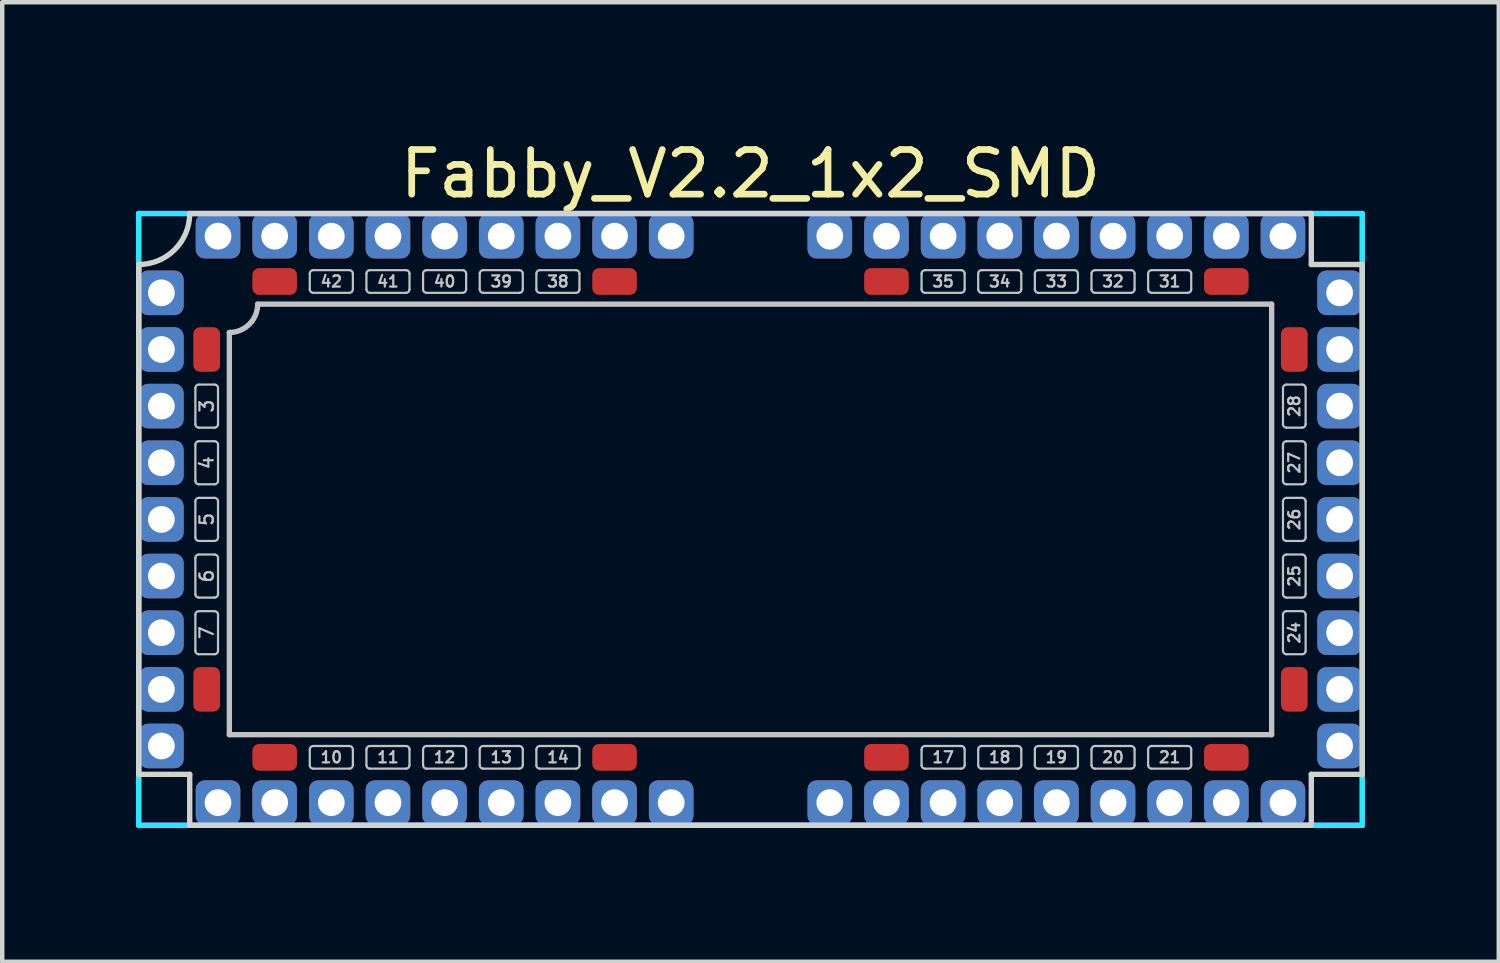
<source format=kicad_pcb>
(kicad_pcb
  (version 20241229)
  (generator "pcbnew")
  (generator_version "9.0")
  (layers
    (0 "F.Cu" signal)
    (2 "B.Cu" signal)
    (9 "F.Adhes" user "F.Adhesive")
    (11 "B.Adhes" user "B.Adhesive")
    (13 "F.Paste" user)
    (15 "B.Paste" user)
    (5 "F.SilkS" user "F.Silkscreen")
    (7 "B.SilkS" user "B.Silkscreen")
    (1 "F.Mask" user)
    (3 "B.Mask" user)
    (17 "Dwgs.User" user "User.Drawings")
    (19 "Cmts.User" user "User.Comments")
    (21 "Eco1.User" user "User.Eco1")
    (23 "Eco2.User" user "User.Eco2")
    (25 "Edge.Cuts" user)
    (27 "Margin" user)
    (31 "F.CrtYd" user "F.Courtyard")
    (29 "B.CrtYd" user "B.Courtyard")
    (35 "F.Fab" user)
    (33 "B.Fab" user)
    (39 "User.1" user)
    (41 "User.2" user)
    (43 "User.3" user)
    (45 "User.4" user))
  (footprint "Fabby_V2.2_1x2_SMD"
    (layer "F.Cu")
    (at 13.776 8.595)
    (property "Reference" "Fabby_V2.2_1x2_SMD" (at 0 -7.747 0) (layer "F.SilkS") (effects (font (size 1 1) (thickness 0.15))))
    (attr through_hole)
    (fp_line (start -12.446 -2.134) (end -12.446 -2.946) (stroke (width 0.05) (type solid)) (layer "Dwgs.User"))
    (fp_line (start -12.446 -0.864) (end -12.446 -1.676) (stroke (width 0.05) (type solid)) (layer "Dwgs.User"))
    (fp_line (start -12.446 0.406) (end -12.446 -0.406) (stroke (width 0.05) (type solid)) (layer "Dwgs.User"))
    (fp_line (start -12.446 1.676) (end -12.446 0.864) (stroke (width 0.05) (type solid)) (layer "Dwgs.User"))
    (fp_line (start -12.446 2.946) (end -12.446 2.134) (stroke (width 0.05) (type solid)) (layer "Dwgs.User"))
    (fp_line (start -12.37 -3.023) (end -12.014 -3.023) (stroke (width 0.05) (type solid)) (layer "Dwgs.User"))
    (fp_line (start -12.37 -2.057) (end -12.014 -2.057) (stroke (width 0.05) (type solid)) (layer "Dwgs.User"))
    (fp_line (start -12.37 -1.753) (end -12.014 -1.753) (stroke (width 0.05) (type solid)) (layer "Dwgs.User"))
    (fp_line (start -12.37 -0.787) (end -12.014 -0.787) (stroke (width 0.05) (type solid)) (layer "Dwgs.User"))
    (fp_line (start -12.37 -0.483) (end -12.014 -0.483) (stroke (width 0.05) (type solid)) (layer "Dwgs.User"))
    (fp_line (start -12.37 0.483) (end -12.014 0.483) (stroke (width 0.05) (type solid)) (layer "Dwgs.User"))
    (fp_line (start -12.37 0.787) (end -12.014 0.787) (stroke (width 0.05) (type solid)) (layer "Dwgs.User"))
    (fp_line (start -12.37 1.753) (end -12.014 1.753) (stroke (width 0.05) (type solid)) (layer "Dwgs.User"))
    (fp_line (start -12.37 2.057) (end -12.014 2.057) (stroke (width 0.05) (type solid)) (layer "Dwgs.User"))
    (fp_line (start -12.37 3.023) (end -12.014 3.023) (stroke (width 0.05) (type solid)) (layer "Dwgs.User"))
    (fp_line (start -11.938 -2.134) (end -11.938 -2.946) (stroke (width 0.05) (type solid)) (layer "Dwgs.User"))
    (fp_line (start -11.938 -0.864) (end -11.938 -1.676) (stroke (width 0.05) (type solid)) (layer "Dwgs.User"))
    (fp_line (start -11.938 0.406) (end -11.938 -0.406) (stroke (width 0.05) (type solid)) (layer "Dwgs.User"))
    (fp_line (start -11.938 1.676) (end -11.938 0.864) (stroke (width 0.05) (type solid)) (layer "Dwgs.User"))
    (fp_line (start -11.938 2.946) (end -11.938 2.134) (stroke (width 0.05) (type solid)) (layer "Dwgs.User"))
    (fp_line (start -11.684 4.826) (end -11.684 -4.191) (stroke (width 0.12) (type solid)) (layer "Dwgs.User"))
    (fp_line (start -11.049 -4.826) (end 11.684 -4.826) (stroke (width 0.12) (type solid)) (layer "Dwgs.User"))
    (fp_line (start -9.881 -5.156) (end -9.881 -5.512) (stroke (width 0.05) (type solid)) (layer "Dwgs.User"))
    (fp_line (start -9.881 5.512) (end -9.881 5.156) (stroke (width 0.05) (type solid)) (layer "Dwgs.User"))
    (fp_line (start -8.992 -5.588) (end -9.804 -5.588) (stroke (width 0.05) (type solid)) (layer "Dwgs.User"))
    (fp_line (start -8.992 -5.08) (end -9.804 -5.08) (stroke (width 0.05) (type solid)) (layer "Dwgs.User"))
    (fp_line (start -8.992 5.08) (end -9.804 5.08) (stroke (width 0.05) (type solid)) (layer "Dwgs.User"))
    (fp_line (start -8.992 5.588) (end -9.804 5.588) (stroke (width 0.05) (type solid)) (layer "Dwgs.User"))
    (fp_line (start -8.915 -5.156) (end -8.915 -5.512) (stroke (width 0.05) (type solid)) (layer "Dwgs.User"))
    (fp_line (start -8.915 5.512) (end -8.915 5.156) (stroke (width 0.05) (type solid)) (layer "Dwgs.User"))
    (fp_line (start -8.611 -5.156) (end -8.611 -5.512) (stroke (width 0.05) (type solid)) (layer "Dwgs.User"))
    (fp_line (start -8.611 5.512) (end -8.611 5.156) (stroke (width 0.05) (type solid)) (layer "Dwgs.User"))
    (fp_line (start -7.722 -5.588) (end -8.534 -5.588) (stroke (width 0.05) (type solid)) (layer "Dwgs.User"))
    (fp_line (start -7.722 -5.08) (end -8.534 -5.08) (stroke (width 0.05) (type solid)) (layer "Dwgs.User"))
    (fp_line (start -7.722 5.08) (end -8.534 5.08) (stroke (width 0.05) (type solid)) (layer "Dwgs.User"))
    (fp_line (start -7.722 5.588) (end -8.534 5.588) (stroke (width 0.05) (type solid)) (layer "Dwgs.User"))
    (fp_line (start -7.645 -5.156) (end -7.645 -5.512) (stroke (width 0.05) (type solid)) (layer "Dwgs.User"))
    (fp_line (start -7.645 5.512) (end -7.645 5.156) (stroke (width 0.05) (type solid)) (layer "Dwgs.User"))
    (fp_line (start -7.341 -5.156) (end -7.341 -5.512) (stroke (width 0.05) (type solid)) (layer "Dwgs.User"))
    (fp_line (start -7.341 5.512) (end -7.341 5.156) (stroke (width 0.05) (type solid)) (layer "Dwgs.User"))
    (fp_line (start -6.452 -5.588) (end -7.264 -5.588) (stroke (width 0.05) (type solid)) (layer "Dwgs.User"))
    (fp_line (start -6.452 -5.08) (end -7.264 -5.08) (stroke (width 0.05) (type solid)) (layer "Dwgs.User"))
    (fp_line (start -6.452 5.08) (end -7.264 5.08) (stroke (width 0.05) (type solid)) (layer "Dwgs.User"))
    (fp_line (start -6.452 5.588) (end -7.264 5.588) (stroke (width 0.05) (type solid)) (layer "Dwgs.User"))
    (fp_line (start -6.375 -5.156) (end -6.375 -5.512) (stroke (width 0.05) (type solid)) (layer "Dwgs.User"))
    (fp_line (start -6.375 5.512) (end -6.375 5.156) (stroke (width 0.05) (type solid)) (layer "Dwgs.User"))
    (fp_line (start -6.071 -5.156) (end -6.071 -5.512) (stroke (width 0.05) (type solid)) (layer "Dwgs.User"))
    (fp_line (start -6.071 5.512) (end -6.071 5.156) (stroke (width 0.05) (type solid)) (layer "Dwgs.User"))
    (fp_line (start -5.182 -5.588) (end -5.994 -5.588) (stroke (width 0.05) (type solid)) (layer "Dwgs.User"))
    (fp_line (start -5.182 -5.08) (end -5.994 -5.08) (stroke (width 0.05) (type solid)) (layer "Dwgs.User"))
    (fp_line (start -5.182 5.08) (end -5.994 5.08) (stroke (width 0.05) (type solid)) (layer "Dwgs.User"))
    (fp_line (start -5.182 5.588) (end -5.994 5.588) (stroke (width 0.05) (type solid)) (layer "Dwgs.User"))
    (fp_line (start -5.105 -5.156) (end -5.105 -5.512) (stroke (width 0.05) (type solid)) (layer "Dwgs.User"))
    (fp_line (start -5.105 5.512) (end -5.105 5.156) (stroke (width 0.05) (type solid)) (layer "Dwgs.User"))
    (fp_line (start -4.801 -5.156) (end -4.801 -5.512) (stroke (width 0.05) (type solid)) (layer "Dwgs.User"))
    (fp_line (start -4.801 5.512) (end -4.801 5.156) (stroke (width 0.05) (type solid)) (layer "Dwgs.User"))
    (fp_line (start -3.912 -5.588) (end -4.724 -5.588) (stroke (width 0.05) (type solid)) (layer "Dwgs.User"))
    (fp_line (start -3.912 -5.08) (end -4.724 -5.08) (stroke (width 0.05) (type solid)) (layer "Dwgs.User"))
    (fp_line (start -3.912 5.08) (end -4.724 5.08) (stroke (width 0.05) (type solid)) (layer "Dwgs.User"))
    (fp_line (start -3.912 5.588) (end -4.724 5.588) (stroke (width 0.05) (type solid)) (layer "Dwgs.User"))
    (fp_line (start -3.835 -5.156) (end -3.835 -5.512) (stroke (width 0.05) (type solid)) (layer "Dwgs.User"))
    (fp_line (start -3.835 5.512) (end -3.835 5.156) (stroke (width 0.05) (type solid)) (layer "Dwgs.User"))
    (fp_line (start 3.835 -5.156) (end 3.835 -5.512) (stroke (width 0.05) (type solid)) (layer "Dwgs.User"))
    (fp_line (start 3.835 5.512) (end 3.835 5.156) (stroke (width 0.05) (type solid)) (layer "Dwgs.User"))
    (fp_line (start 4.724 -5.588) (end 3.912 -5.588) (stroke (width 0.05) (type solid)) (layer "Dwgs.User"))
    (fp_line (start 4.724 -5.08) (end 3.912 -5.08) (stroke (width 0.05) (type solid)) (layer "Dwgs.User"))
    (fp_line (start 4.724 5.08) (end 3.912 5.08) (stroke (width 0.05) (type solid)) (layer "Dwgs.User"))
    (fp_line (start 4.724 5.588) (end 3.912 5.588) (stroke (width 0.05) (type solid)) (layer "Dwgs.User"))
    (fp_line (start 4.801 -5.156) (end 4.801 -5.512) (stroke (width 0.05) (type solid)) (layer "Dwgs.User"))
    (fp_line (start 4.801 5.512) (end 4.801 5.156) (stroke (width 0.05) (type solid)) (layer "Dwgs.User"))
    (fp_line (start 5.105 -5.156) (end 5.105 -5.512) (stroke (width 0.05) (type solid)) (layer "Dwgs.User"))
    (fp_line (start 5.105 5.512) (end 5.105 5.156) (stroke (width 0.05) (type solid)) (layer "Dwgs.User"))
    (fp_line (start 5.994 -5.588) (end 5.182 -5.588) (stroke (width 0.05) (type solid)) (layer "Dwgs.User"))
    (fp_line (start 5.994 -5.08) (end 5.182 -5.08) (stroke (width 0.05) (type solid)) (layer "Dwgs.User"))
    (fp_line (start 5.994 5.08) (end 5.182 5.08) (stroke (width 0.05) (type solid)) (layer "Dwgs.User"))
    (fp_line (start 5.994 5.588) (end 5.182 5.588) (stroke (width 0.05) (type solid)) (layer "Dwgs.User"))
    (fp_line (start 6.071 -5.156) (end 6.071 -5.512) (stroke (width 0.05) (type solid)) (layer "Dwgs.User"))
    (fp_line (start 6.071 5.512) (end 6.071 5.156) (stroke (width 0.05) (type solid)) (layer "Dwgs.User"))
    (fp_line (start 6.375 -5.156) (end 6.375 -5.512) (stroke (width 0.05) (type solid)) (layer "Dwgs.User"))
    (fp_line (start 6.375 5.512) (end 6.375 5.156) (stroke (width 0.05) (type solid)) (layer "Dwgs.User"))
    (fp_line (start 7.264 -5.588) (end 6.452 -5.588) (stroke (width 0.05) (type solid)) (layer "Dwgs.User"))
    (fp_line (start 7.264 -5.08) (end 6.452 -5.08) (stroke (width 0.05) (type solid)) (layer "Dwgs.User"))
    (fp_line (start 7.264 5.08) (end 6.452 5.08) (stroke (width 0.05) (type solid)) (layer "Dwgs.User"))
    (fp_line (start 7.264 5.588) (end 6.452 5.588) (stroke (width 0.05) (type solid)) (layer "Dwgs.User"))
    (fp_line (start 7.341 -5.156) (end 7.341 -5.512) (stroke (width 0.05) (type solid)) (layer "Dwgs.User"))
    (fp_line (start 7.341 5.512) (end 7.341 5.156) (stroke (width 0.05) (type solid)) (layer "Dwgs.User"))
    (fp_line (start 7.645 -5.156) (end 7.645 -5.512) (stroke (width 0.05) (type solid)) (layer "Dwgs.User"))
    (fp_line (start 7.645 5.512) (end 7.645 5.156) (stroke (width 0.05) (type solid)) (layer "Dwgs.User"))
    (fp_line (start 8.534 -5.588) (end 7.722 -5.588) (stroke (width 0.05) (type solid)) (layer "Dwgs.User"))
    (fp_line (start 8.534 -5.08) (end 7.722 -5.08) (stroke (width 0.05) (type solid)) (layer "Dwgs.User"))
    (fp_line (start 8.534 5.08) (end 7.722 5.08) (stroke (width 0.05) (type solid)) (layer "Dwgs.User"))
    (fp_line (start 8.534 5.588) (end 7.722 5.588) (stroke (width 0.05) (type solid)) (layer "Dwgs.User"))
    (fp_line (start 8.611 -5.156) (end 8.611 -5.512) (stroke (width 0.05) (type solid)) (layer "Dwgs.User"))
    (fp_line (start 8.611 5.512) (end 8.611 5.156) (stroke (width 0.05) (type solid)) (layer "Dwgs.User"))
    (fp_line (start 8.915 -5.156) (end 8.915 -5.512) (stroke (width 0.05) (type solid)) (layer "Dwgs.User"))
    (fp_line (start 8.915 5.512) (end 8.915 5.156) (stroke (width 0.05) (type solid)) (layer "Dwgs.User"))
    (fp_line (start 9.804 -5.588) (end 8.992 -5.588) (stroke (width 0.05) (type solid)) (layer "Dwgs.User"))
    (fp_line (start 9.804 -5.08) (end 8.992 -5.08) (stroke (width 0.05) (type solid)) (layer "Dwgs.User"))
    (fp_line (start 9.804 5.08) (end 8.992 5.08) (stroke (width 0.05) (type solid)) (layer "Dwgs.User"))
    (fp_line (start 9.804 5.588) (end 8.992 5.588) (stroke (width 0.05) (type solid)) (layer "Dwgs.User"))
    (fp_line (start 9.881 -5.156) (end 9.881 -5.512) (stroke (width 0.05) (type solid)) (layer "Dwgs.User"))
    (fp_line (start 9.881 5.512) (end 9.881 5.156) (stroke (width 0.05) (type solid)) (layer "Dwgs.User"))
    (fp_line (start 11.684 -4.826) (end 11.684 4.826) (stroke (width 0.12) (type solid)) (layer "Dwgs.User"))
    (fp_line (start 11.684 4.826) (end -11.684 4.826) (stroke (width 0.12) (type solid)) (layer "Dwgs.User"))
    (fp_line (start 11.938 -2.134) (end 11.938 -2.946) (stroke (width 0.05) (type solid)) (layer "Dwgs.User"))
    (fp_line (start 11.938 -0.864) (end 11.938 -1.676) (stroke (width 0.05) (type solid)) (layer "Dwgs.User"))
    (fp_line (start 11.938 0.406) (end 11.938 -0.406) (stroke (width 0.05) (type solid)) (layer "Dwgs.User"))
    (fp_line (start 11.938 1.676) (end 11.938 0.864) (stroke (width 0.05) (type solid)) (layer "Dwgs.User"))
    (fp_line (start 11.938 2.946) (end 11.938 2.134) (stroke (width 0.05) (type solid)) (layer "Dwgs.User"))
    (fp_line (start 12.014 -3.023) (end 12.37 -3.023) (stroke (width 0.05) (type solid)) (layer "Dwgs.User"))
    (fp_line (start 12.014 -2.057) (end 12.37 -2.057) (stroke (width 0.05) (type solid)) (layer "Dwgs.User"))
    (fp_line (start 12.014 -1.753) (end 12.37 -1.753) (stroke (width 0.05) (type solid)) (layer "Dwgs.User"))
    (fp_line (start 12.014 -0.787) (end 12.37 -0.787) (stroke (width 0.05) (type solid)) (layer "Dwgs.User"))
    (fp_line (start 12.014 -0.483) (end 12.37 -0.483) (stroke (width 0.05) (type solid)) (layer "Dwgs.User"))
    (fp_line (start 12.014 0.483) (end 12.37 0.483) (stroke (width 0.05) (type solid)) (layer "Dwgs.User"))
    (fp_line (start 12.014 0.787) (end 12.37 0.787) (stroke (width 0.05) (type solid)) (layer "Dwgs.User"))
    (fp_line (start 12.014 1.753) (end 12.37 1.753) (stroke (width 0.05) (type solid)) (layer "Dwgs.User"))
    (fp_line (start 12.014 2.057) (end 12.37 2.057) (stroke (width 0.05) (type solid)) (layer "Dwgs.User"))
    (fp_line (start 12.014 3.023) (end 12.37 3.023) (stroke (width 0.05) (type solid)) (layer "Dwgs.User"))
    (fp_line (start 12.446 -2.134) (end 12.446 -2.946) (stroke (width 0.05) (type solid)) (layer "Dwgs.User"))
    (fp_line (start 12.446 -0.864) (end 12.446 -1.676) (stroke (width 0.05) (type solid)) (layer "Dwgs.User"))
    (fp_line (start 12.446 0.406) (end 12.446 -0.406) (stroke (width 0.05) (type solid)) (layer "Dwgs.User"))
    (fp_line (start 12.446 1.676) (end 12.446 0.864) (stroke (width 0.05) (type solid)) (layer "Dwgs.User"))
    (fp_line (start 12.446 2.946) (end 12.446 2.134) (stroke (width 0.05) (type solid)) (layer "Dwgs.User"))
    (fp_arc (start -12.446 -2.9464) (mid -12.423682 -3.000282) (end -12.3698 -3.0226) (stroke (width 0.05) (type solid)) (layer "Dwgs.User"))
    (fp_arc (start -12.446 -1.6764) (mid -12.423682 -1.730282) (end -12.3698 -1.7526) (stroke (width 0.05) (type solid)) (layer "Dwgs.User"))
    (fp_arc (start -12.446 -0.4064) (mid -12.423682 -0.460282) (end -12.3698 -0.4826) (stroke (width 0.05) (type solid)) (layer "Dwgs.User"))
    (fp_arc (start -12.446 0.8636) (mid -12.423682 0.809718) (end -12.3698 0.7874) (stroke (width 0.05) (type solid)) (layer "Dwgs.User"))
    (fp_arc (start -12.446 2.1336) (mid -12.423682 2.079718) (end -12.3698 2.0574) (stroke (width 0.05) (type solid)) (layer "Dwgs.User"))
    (fp_arc (start -12.3698 -2.0574) (mid -12.423682 -2.079718) (end -12.446 -2.1336) (stroke (width 0.05) (type solid)) (layer "Dwgs.User"))
    (fp_arc (start -12.3698 -0.7874) (mid -12.423682 -0.809718) (end -12.446 -0.8636) (stroke (width 0.05) (type solid)) (layer "Dwgs.User"))
    (fp_arc (start -12.3698 0.4826) (mid -12.423682 0.460282) (end -12.446 0.4064) (stroke (width 0.05) (type solid)) (layer "Dwgs.User"))
    (fp_arc (start -12.3698 1.7526) (mid -12.423682 1.730282) (end -12.446 1.6764) (stroke (width 0.05) (type solid)) (layer "Dwgs.User"))
    (fp_arc (start -12.3698 3.0226) (mid -12.423682 3.000282) (end -12.446 2.9464) (stroke (width 0.05) (type solid)) (layer "Dwgs.User"))
    (fp_arc (start -12.0142 -3.0226) (mid -11.960318 -3.000282) (end -11.938 -2.9464) (stroke (width 0.05) (type solid)) (layer "Dwgs.User"))
    (fp_arc (start -12.0142 -1.7526) (mid -11.960318 -1.730282) (end -11.938 -1.6764) (stroke (width 0.05) (type solid)) (layer "Dwgs.User"))
    (fp_arc (start -12.0142 -0.4826) (mid -11.960318 -0.460282) (end -11.938 -0.4064) (stroke (width 0.05) (type solid)) (layer "Dwgs.User"))
    (fp_arc (start -12.0142 0.7874) (mid -11.960318 0.809718) (end -11.938 0.8636) (stroke (width 0.05) (type solid)) (layer "Dwgs.User"))
    (fp_arc (start -12.0142 2.0574) (mid -11.960318 2.079718) (end -11.938 2.1336) (stroke (width 0.05) (type solid)) (layer "Dwgs.User"))
    (fp_arc (start -11.938 -2.1336) (mid -11.960318 -2.079718) (end -12.0142 -2.0574) (stroke (width 0.05) (type solid)) (layer "Dwgs.User"))
    (fp_arc (start -11.938 -0.8636) (mid -11.960318 -0.809718) (end -12.0142 -0.7874) (stroke (width 0.05) (type solid)) (layer "Dwgs.User"))
    (fp_arc (start -11.938 0.4064) (mid -11.960318 0.460282) (end -12.0142 0.4826) (stroke (width 0.05) (type solid)) (layer "Dwgs.User"))
    (fp_arc (start -11.938 1.6764) (mid -11.960318 1.730282) (end -12.0142 1.7526) (stroke (width 0.05) (type solid)) (layer "Dwgs.User"))
    (fp_arc (start -11.938 2.9464) (mid -11.960318 3.000282) (end -12.0142 3.0226) (stroke (width 0.05) (type solid)) (layer "Dwgs.User"))
    (fp_arc (start -11.049 -4.826) (mid -11.234987 -4.376987) (end -11.684 -4.191) (stroke (width 0.12) (type solid)) (layer "Dwgs.User"))
    (fp_arc (start -9.8806 -5.5118) (mid -9.858282 -5.565682) (end -9.8044 -5.588) (stroke (width 0.05) (type solid)) (layer "Dwgs.User"))
    (fp_arc (start -9.8806 5.1562) (mid -9.858282 5.102318) (end -9.8044 5.08) (stroke (width 0.05) (type solid)) (layer "Dwgs.User"))
    (fp_arc (start -9.8044 -5.08) (mid -9.858282 -5.102318) (end -9.8806 -5.1562) (stroke (width 0.05) (type solid)) (layer "Dwgs.User"))
    (fp_arc (start -9.8044 5.588) (mid -9.858282 5.565682) (end -9.8806 5.5118) (stroke (width 0.05) (type solid)) (layer "Dwgs.User"))
    (fp_arc (start -8.9916 -5.588) (mid -8.937718 -5.565682) (end -8.9154 -5.5118) (stroke (width 0.05) (type solid)) (layer "Dwgs.User"))
    (fp_arc (start -8.9916 5.08) (mid -8.937718 5.102318) (end -8.9154 5.1562) (stroke (width 0.05) (type solid)) (layer "Dwgs.User"))
    (fp_arc (start -8.9154 -5.1562) (mid -8.937718 -5.102318) (end -8.9916 -5.08) (stroke (width 0.05) (type solid)) (layer "Dwgs.User"))
    (fp_arc (start -8.9154 5.5118) (mid -8.937718 5.565682) (end -8.9916 5.588) (stroke (width 0.05) (type solid)) (layer "Dwgs.User"))
    (fp_arc (start -8.6106 -5.5118) (mid -8.588282 -5.565682) (end -8.5344 -5.588) (stroke (width 0.05) (type solid)) (layer "Dwgs.User"))
    (fp_arc (start -8.6106 5.1562) (mid -8.588282 5.102318) (end -8.5344 5.08) (stroke (width 0.05) (type solid)) (layer "Dwgs.User"))
    (fp_arc (start -8.5344 -5.08) (mid -8.588282 -5.102318) (end -8.6106 -5.1562) (stroke (width 0.05) (type solid)) (layer "Dwgs.User"))
    (fp_arc (start -8.5344 5.588) (mid -8.588282 5.565682) (end -8.6106 5.5118) (stroke (width 0.05) (type solid)) (layer "Dwgs.User"))
    (fp_arc (start -7.7216 -5.588) (mid -7.667718 -5.565682) (end -7.6454 -5.5118) (stroke (width 0.05) (type solid)) (layer "Dwgs.User"))
    (fp_arc (start -7.7216 5.08) (mid -7.667718 5.102318) (end -7.6454 5.1562) (stroke (width 0.05) (type solid)) (layer "Dwgs.User"))
    (fp_arc (start -7.6454 -5.1562) (mid -7.667718 -5.102318) (end -7.7216 -5.08) (stroke (width 0.05) (type solid)) (layer "Dwgs.User"))
    (fp_arc (start -7.6454 5.5118) (mid -7.667718 5.565682) (end -7.7216 5.588) (stroke (width 0.05) (type solid)) (layer "Dwgs.User"))
    (fp_arc (start -7.3406 -5.5118) (mid -7.318282 -5.565682) (end -7.2644 -5.588) (stroke (width 0.05) (type solid)) (layer "Dwgs.User"))
    (fp_arc (start -7.3406 5.1562) (mid -7.318282 5.102318) (end -7.2644 5.08) (stroke (width 0.05) (type solid)) (layer "Dwgs.User"))
    (fp_arc (start -7.2644 -5.08) (mid -7.318282 -5.102318) (end -7.3406 -5.1562) (stroke (width 0.05) (type solid)) (layer "Dwgs.User"))
    (fp_arc (start -7.2644 5.588) (mid -7.318282 5.565682) (end -7.3406 5.5118) (stroke (width 0.05) (type solid)) (layer "Dwgs.User"))
    (fp_arc (start -6.4516 -5.588) (mid -6.397718 -5.565682) (end -6.3754 -5.5118) (stroke (width 0.05) (type solid)) (layer "Dwgs.User"))
    (fp_arc (start -6.4516 5.08) (mid -6.397718 5.102318) (end -6.3754 5.1562) (stroke (width 0.05) (type solid)) (layer "Dwgs.User"))
    (fp_arc (start -6.3754 -5.1562) (mid -6.397718 -5.102318) (end -6.4516 -5.08) (stroke (width 0.05) (type solid)) (layer "Dwgs.User"))
    (fp_arc (start -6.3754 5.5118) (mid -6.397718 5.565682) (end -6.4516 5.588) (stroke (width 0.05) (type solid)) (layer "Dwgs.User"))
    (fp_arc (start -6.0706 -5.5118) (mid -6.048282 -5.565682) (end -5.9944 -5.588) (stroke (width 0.05) (type solid)) (layer "Dwgs.User"))
    (fp_arc (start -6.0706 5.1562) (mid -6.048282 5.102318) (end -5.9944 5.08) (stroke (width 0.05) (type solid)) (layer "Dwgs.User"))
    (fp_arc (start -5.9944 -5.08) (mid -6.048282 -5.102318) (end -6.0706 -5.1562) (stroke (width 0.05) (type solid)) (layer "Dwgs.User"))
    (fp_arc (start -5.9944 5.588) (mid -6.048282 5.565682) (end -6.0706 5.5118) (stroke (width 0.05) (type solid)) (layer "Dwgs.User"))
    (fp_arc (start -5.1816 -5.588) (mid -5.127718 -5.565682) (end -5.1054 -5.5118) (stroke (width 0.05) (type solid)) (layer "Dwgs.User"))
    (fp_arc (start -5.1816 5.08) (mid -5.127718 5.102318) (end -5.1054 5.1562) (stroke (width 0.05) (type solid)) (layer "Dwgs.User"))
    (fp_arc (start -5.1054 -5.1562) (mid -5.127718 -5.102318) (end -5.1816 -5.08) (stroke (width 0.05) (type solid)) (layer "Dwgs.User"))
    (fp_arc (start -5.1054 5.5118) (mid -5.127718 5.565682) (end -5.1816 5.588) (stroke (width 0.05) (type solid)) (layer "Dwgs.User"))
    (fp_arc (start -4.8006 -5.5118) (mid -4.778282 -5.565682) (end -4.7244 -5.588) (stroke (width 0.05) (type solid)) (layer "Dwgs.User"))
    (fp_arc (start -4.8006 5.1562) (mid -4.778282 5.102318) (end -4.7244 5.08) (stroke (width 0.05) (type solid)) (layer "Dwgs.User"))
    (fp_arc (start -4.7244 -5.08) (mid -4.778282 -5.102318) (end -4.8006 -5.1562) (stroke (width 0.05) (type solid)) (layer "Dwgs.User"))
    (fp_arc (start -4.7244 5.588) (mid -4.778282 5.565682) (end -4.8006 5.5118) (stroke (width 0.05) (type solid)) (layer "Dwgs.User"))
    (fp_arc (start -3.9116 -5.588) (mid -3.857718 -5.565682) (end -3.8354 -5.5118) (stroke (width 0.05) (type solid)) (layer "Dwgs.User"))
    (fp_arc (start -3.9116 5.08) (mid -3.857718 5.102318) (end -3.8354 5.1562) (stroke (width 0.05) (type solid)) (layer "Dwgs.User"))
    (fp_arc (start -3.8354 -5.1562) (mid -3.857718 -5.102318) (end -3.9116 -5.08) (stroke (width 0.05) (type solid)) (layer "Dwgs.User"))
    (fp_arc (start -3.8354 5.5118) (mid -3.857718 5.565682) (end -3.9116 5.588) (stroke (width 0.05) (type solid)) (layer "Dwgs.User"))
    (fp_arc (start 3.8354 -5.5118) (mid 3.857718 -5.565682) (end 3.9116 -5.588) (stroke (width 0.05) (type solid)) (layer "Dwgs.User"))
    (fp_arc (start 3.8354 5.1562) (mid 3.857718 5.102318) (end 3.9116 5.08) (stroke (width 0.05) (type solid)) (layer "Dwgs.User"))
    (fp_arc (start 3.9116 -5.08) (mid 3.857718 -5.102318) (end 3.8354 -5.1562) (stroke (width 0.05) (type solid)) (layer "Dwgs.User"))
    (fp_arc (start 3.9116 5.588) (mid 3.857718 5.565682) (end 3.8354 5.5118) (stroke (width 0.05) (type solid)) (layer "Dwgs.User"))
    (fp_arc (start 4.7244 -5.588) (mid 4.778282 -5.565682) (end 4.8006 -5.5118) (stroke (width 0.05) (type solid)) (layer "Dwgs.User"))
    (fp_arc (start 4.7244 5.08) (mid 4.778282 5.102318) (end 4.8006 5.1562) (stroke (width 0.05) (type solid)) (layer "Dwgs.User"))
    (fp_arc (start 4.8006 -5.1562) (mid 4.778282 -5.102318) (end 4.7244 -5.08) (stroke (width 0.05) (type solid)) (layer "Dwgs.User"))
    (fp_arc (start 4.8006 5.5118) (mid 4.778282 5.565682) (end 4.7244 5.588) (stroke (width 0.05) (type solid)) (layer "Dwgs.User"))
    (fp_arc (start 5.1054 -5.5118) (mid 5.127718 -5.565682) (end 5.1816 -5.588) (stroke (width 0.05) (type solid)) (layer "Dwgs.User"))
    (fp_arc (start 5.1054 5.1562) (mid 5.127718 5.102318) (end 5.1816 5.08) (stroke (width 0.05) (type solid)) (layer "Dwgs.User"))
    (fp_arc (start 5.1816 -5.08) (mid 5.127718 -5.102318) (end 5.1054 -5.1562) (stroke (width 0.05) (type solid)) (layer "Dwgs.User"))
    (fp_arc (start 5.1816 5.588) (mid 5.127718 5.565682) (end 5.1054 5.5118) (stroke (width 0.05) (type solid)) (layer "Dwgs.User"))
    (fp_arc (start 5.9944 -5.588) (mid 6.048282 -5.565682) (end 6.0706 -5.5118) (stroke (width 0.05) (type solid)) (layer "Dwgs.User"))
    (fp_arc (start 5.9944 5.08) (mid 6.048282 5.102318) (end 6.0706 5.1562) (stroke (width 0.05) (type solid)) (layer "Dwgs.User"))
    (fp_arc (start 6.0706 -5.1562) (mid 6.048282 -5.102318) (end 5.9944 -5.08) (stroke (width 0.05) (type solid)) (layer "Dwgs.User"))
    (fp_arc (start 6.0706 5.5118) (mid 6.048282 5.565682) (end 5.9944 5.588) (stroke (width 0.05) (type solid)) (layer "Dwgs.User"))
    (fp_arc (start 6.3754 -5.5118) (mid 6.397718 -5.565682) (end 6.4516 -5.588) (stroke (width 0.05) (type solid)) (layer "Dwgs.User"))
    (fp_arc (start 6.3754 5.1562) (mid 6.397718 5.102318) (end 6.4516 5.08) (stroke (width 0.05) (type solid)) (layer "Dwgs.User"))
    (fp_arc (start 6.4516 -5.08) (mid 6.397718 -5.102318) (end 6.3754 -5.1562) (stroke (width 0.05) (type solid)) (layer "Dwgs.User"))
    (fp_arc (start 6.4516 5.588) (mid 6.397718 5.565682) (end 6.3754 5.5118) (stroke (width 0.05) (type solid)) (layer "Dwgs.User"))
    (fp_arc (start 7.2644 -5.588) (mid 7.318282 -5.565682) (end 7.3406 -5.5118) (stroke (width 0.05) (type solid)) (layer "Dwgs.User"))
    (fp_arc (start 7.2644 5.08) (mid 7.318282 5.102318) (end 7.3406 5.1562) (stroke (width 0.05) (type solid)) (layer "Dwgs.User"))
    (fp_arc (start 7.3406 -5.1562) (mid 7.318282 -5.102318) (end 7.2644 -5.08) (stroke (width 0.05) (type solid)) (layer "Dwgs.User"))
    (fp_arc (start 7.3406 5.5118) (mid 7.318282 5.565682) (end 7.2644 5.588) (stroke (width 0.05) (type solid)) (layer "Dwgs.User"))
    (fp_arc (start 7.6454 -5.5118) (mid 7.667718 -5.565682) (end 7.7216 -5.588) (stroke (width 0.05) (type solid)) (layer "Dwgs.User"))
    (fp_arc (start 7.6454 5.1562) (mid 7.667718 5.102318) (end 7.7216 5.08) (stroke (width 0.05) (type solid)) (layer "Dwgs.User"))
    (fp_arc (start 7.7216 -5.08) (mid 7.667718 -5.102318) (end 7.6454 -5.1562) (stroke (width 0.05) (type solid)) (layer "Dwgs.User"))
    (fp_arc (start 7.7216 5.588) (mid 7.667718 5.565682) (end 7.6454 5.5118) (stroke (width 0.05) (type solid)) (layer "Dwgs.User"))
    (fp_arc (start 8.5344 -5.588) (mid 8.588282 -5.565682) (end 8.6106 -5.5118) (stroke (width 0.05) (type solid)) (layer "Dwgs.User"))
    (fp_arc (start 8.5344 5.08) (mid 8.588282 5.102318) (end 8.6106 5.1562) (stroke (width 0.05) (type solid)) (layer "Dwgs.User"))
    (fp_arc (start 8.6106 -5.1562) (mid 8.588282 -5.102318) (end 8.5344 -5.08) (stroke (width 0.05) (type solid)) (layer "Dwgs.User"))
    (fp_arc (start 8.6106 5.5118) (mid 8.588282 5.565682) (end 8.5344 5.588) (stroke (width 0.05) (type solid)) (layer "Dwgs.User"))
    (fp_arc (start 8.9154 -5.5118) (mid 8.937718 -5.565682) (end 8.9916 -5.588) (stroke (width 0.05) (type solid)) (layer "Dwgs.User"))
    (fp_arc (start 8.9154 5.1562) (mid 8.937718 5.102318) (end 8.9916 5.08) (stroke (width 0.05) (type solid)) (layer "Dwgs.User"))
    (fp_arc (start 8.9916 -5.08) (mid 8.937718 -5.102318) (end 8.9154 -5.1562) (stroke (width 0.05) (type solid)) (layer "Dwgs.User"))
    (fp_arc (start 8.9916 5.588) (mid 8.937718 5.565682) (end 8.9154 5.5118) (stroke (width 0.05) (type solid)) (layer "Dwgs.User"))
    (fp_arc (start 9.8044 -5.588) (mid 9.858282 -5.565682) (end 9.8806 -5.5118) (stroke (width 0.05) (type solid)) (layer "Dwgs.User"))
    (fp_arc (start 9.8044 5.08) (mid 9.858282 5.102318) (end 9.8806 5.1562) (stroke (width 0.05) (type solid)) (layer "Dwgs.User"))
    (fp_arc (start 9.8806 -5.1562) (mid 9.858282 -5.102318) (end 9.8044 -5.08) (stroke (width 0.05) (type solid)) (layer "Dwgs.User"))
    (fp_arc (start 9.8806 5.5118) (mid 9.858282 5.565682) (end 9.8044 5.588) (stroke (width 0.05) (type solid)) (layer "Dwgs.User"))
    (fp_arc (start 11.938 -2.9464) (mid 11.960318 -3.000282) (end 12.0142 -3.0226) (stroke (width 0.05) (type solid)) (layer "Dwgs.User"))
    (fp_arc (start 11.938 -1.6764) (mid 11.960318 -1.730282) (end 12.0142 -1.7526) (stroke (width 0.05) (type solid)) (layer "Dwgs.User"))
    (fp_arc (start 11.938 -0.4064) (mid 11.960318 -0.460282) (end 12.0142 -0.4826) (stroke (width 0.05) (type solid)) (layer "Dwgs.User"))
    (fp_arc (start 11.938 0.8636) (mid 11.960318 0.809718) (end 12.0142 0.7874) (stroke (width 0.05) (type solid)) (layer "Dwgs.User"))
    (fp_arc (start 11.938 2.1336) (mid 11.960318 2.079718) (end 12.0142 2.0574) (stroke (width 0.05) (type solid)) (layer "Dwgs.User"))
    (fp_arc (start 12.0142 -2.0574) (mid 11.960318 -2.079718) (end 11.938 -2.1336) (stroke (width 0.05) (type solid)) (layer "Dwgs.User"))
    (fp_arc (start 12.0142 -0.7874) (mid 11.960318 -0.809718) (end 11.938 -0.8636) (stroke (width 0.05) (type solid)) (layer "Dwgs.User"))
    (fp_arc (start 12.0142 0.4826) (mid 11.960318 0.460282) (end 11.938 0.4064) (stroke (width 0.05) (type solid)) (layer "Dwgs.User"))
    (fp_arc (start 12.0142 1.7526) (mid 11.960318 1.730282) (end 11.938 1.6764) (stroke (width 0.05) (type solid)) (layer "Dwgs.User"))
    (fp_arc (start 12.0142 3.0226) (mid 11.960318 3.000282) (end 11.938 2.9464) (stroke (width 0.05) (type solid)) (layer "Dwgs.User"))
    (fp_arc (start 12.3698 -3.0226) (mid 12.423682 -3.000282) (end 12.446 -2.9464) (stroke (width 0.05) (type solid)) (layer "Dwgs.User"))
    (fp_arc (start 12.3698 -1.7526) (mid 12.423682 -1.730282) (end 12.446 -1.6764) (stroke (width 0.05) (type solid)) (layer "Dwgs.User"))
    (fp_arc (start 12.3698 -0.4826) (mid 12.423682 -0.460282) (end 12.446 -0.4064) (stroke (width 0.05) (type solid)) (layer "Dwgs.User"))
    (fp_arc (start 12.3698 0.7874) (mid 12.423682 0.809718) (end 12.446 0.8636) (stroke (width 0.05) (type solid)) (layer "Dwgs.User"))
    (fp_arc (start 12.3698 2.0574) (mid 12.423682 2.079718) (end 12.446 2.1336) (stroke (width 0.05) (type solid)) (layer "Dwgs.User"))
    (fp_arc (start 12.446 -2.1336) (mid 12.423682 -2.079718) (end 12.3698 -2.0574) (stroke (width 0.05) (type solid)) (layer "Dwgs.User"))
    (fp_arc (start 12.446 -0.8636) (mid 12.423682 -0.809718) (end 12.3698 -0.7874) (stroke (width 0.05) (type solid)) (layer "Dwgs.User"))
    (fp_arc (start 12.446 0.4064) (mid 12.423682 0.460282) (end 12.3698 0.4826) (stroke (width 0.05) (type solid)) (layer "Dwgs.User"))
    (fp_arc (start 12.446 1.6764) (mid 12.423682 1.730282) (end 12.3698 1.7526) (stroke (width 0.05) (type solid)) (layer "Dwgs.User"))
    (fp_arc (start 12.446 2.9464) (mid 12.423682 3.000282) (end 12.3698 3.0226) (stroke (width 0.05) (type solid)) (layer "Dwgs.User"))
    (fp_line (start -13.716 -5.715) (end -13.716 5.715) (stroke (width 0.12) (type solid)) (layer "Edge.Cuts"))
    (fp_line (start -13.716 5.715) (end -12.573 5.715) (stroke (width 0.12) (type solid)) (layer "Edge.Cuts"))
    (fp_line (start -12.573 -6.858) (end 12.573 -6.858) (stroke (width 0.12) (type solid)) (layer "Edge.Cuts"))
    (fp_line (start -12.573 5.715) (end -12.573 6.858) (stroke (width 0.12) (type solid)) (layer "Edge.Cuts"))
    (fp_line (start -12.573 6.858) (end 12.573 6.858) (stroke (width 0.12) (type solid)) (layer "Edge.Cuts"))
    (fp_line (start 12.573 -6.858) (end 12.573 -5.715) (stroke (width 0.12) (type solid)) (layer "Edge.Cuts"))
    (fp_line (start 12.573 -5.715) (end 13.716 -5.715) (stroke (width 0.12) (type solid)) (layer "Edge.Cuts"))
    (fp_line (start 12.573 5.715) (end 13.716 5.715) (stroke (width 0.12) (type solid)) (layer "Edge.Cuts"))
    (fp_line (start 12.573 6.858) (end 12.573 5.715) (stroke (width 0.12) (type solid)) (layer "Edge.Cuts"))
    (fp_line (start 13.716 -5.715) (end 13.716 5.715) (stroke (width 0.12) (type solid)) (layer "Edge.Cuts"))
    (fp_arc (start -12.573 -6.858) (mid -12.907777 -6.049777) (end -13.716 -5.715) (stroke (width 0.12) (type solid)) (layer "Edge.Cuts"))
    (fp_line (start -13.716 -6.858) (end 13.716 -6.858) (stroke (width 0.12) (type solid)) (layer "B.CrtYd"))
    (fp_line (start -13.716 6.858) (end -13.716 -6.858) (stroke (width 0.12) (type solid)) (layer "B.CrtYd"))
    (fp_line (start 13.716 -6.858) (end 13.716 6.858) (stroke (width 0.12) (type solid)) (layer "B.CrtYd"))
    (fp_line (start 13.716 6.858) (end -13.716 6.858) (stroke (width 0.12) (type solid)) (layer "B.CrtYd"))
    (fp_line (start -13.716 -6.858) (end 13.716 -6.858) (stroke (width 0.12) (type solid)) (layer "F.CrtYd"))
    (fp_line (start -13.716 6.858) (end -13.716 -6.858) (stroke (width 0.12) (type solid)) (layer "F.CrtYd"))
    (fp_line (start 13.716 -6.858) (end 13.716 6.858) (stroke (width 0.12) (type solid)) (layer "F.CrtYd"))
    (fp_line (start 13.716 6.858) (end -13.716 6.858) (stroke (width 0.12) (type solid)) (layer "F.CrtYd"))
    (fp_text user "28" (at 12.192 -2.54 270) (layer "Dwgs.User") (effects (font (size 0.25 0.25) (thickness 0.05))))
    (fp_text user "7" (at -12.192 2.54 90) (layer "Dwgs.User") (effects (font (size 0.3 0.3) (thickness 0.05))))
    (fp_text user "4" (at -12.192 -1.27 90) (layer "Dwgs.User") (effects (font (size 0.3 0.3) (thickness 0.05))))
    (fp_text user "10" (at -9.398 5.334 0) (layer "Dwgs.User") (effects (font (size 0.25 0.25) (thickness 0.05))))
    (fp_text user "20" (at 8.128 5.334 0) (layer "Dwgs.User") (effects (font (size 0.25 0.25) (thickness 0.05))))
    (fp_text user "19" (at 6.858 5.334 0) (layer "Dwgs.User") (effects (font (size 0.25 0.25) (thickness 0.05))))
    (fp_text user "27" (at 12.192 -1.27 270) (layer "Dwgs.User") (effects (font (size 0.25 0.25) (thickness 0.05))))
    (fp_text user "14" (at -4.318 5.334 0) (layer "Dwgs.User") (effects (font (size 0.25 0.25) (thickness 0.05))))
    (fp_text user "33" (at 6.858 -5.334 0) (layer "Dwgs.User") (effects (font (size 0.25 0.25) (thickness 0.05))))
    (fp_text user "3" (at -12.192 -2.54 90) (layer "Dwgs.User") (effects (font (size 0.3 0.3) (thickness 0.05))))
    (fp_text user "39" (at -5.588 -5.334 0) (layer "Dwgs.User") (effects (font (size 0.25 0.25) (thickness 0.05))))
    (fp_text user "25" (at 12.192 1.27 270) (layer "Dwgs.User") (effects (font (size 0.25 0.25) (thickness 0.05))))
    (fp_text user "11" (at -8.128 5.334 0) (layer "Dwgs.User") (effects (font (size 0.25 0.25) (thickness 0.05))))
    (fp_text user "42" (at -9.398 -5.334 0) (layer "Dwgs.User") (effects (font (size 0.25 0.25) (thickness 0.05))))
    (fp_text user "17" (at 4.318 5.334 0) (layer "Dwgs.User") (effects (font (size 0.25 0.25) (thickness 0.05))))
    (fp_text user "24" (at 12.192 2.54 270) (layer "Dwgs.User") (effects (font (size 0.25 0.25) (thickness 0.05))))
    (fp_text user "40" (at -6.858 -5.334 0) (layer "Dwgs.User") (effects (font (size 0.25 0.25) (thickness 0.05))))
    (fp_text user "26" (at 12.192 0 270) (layer "Dwgs.User") (effects (font (size 0.25 0.25) (thickness 0.05))))
    (fp_text user "32" (at 8.128 -5.334 0) (layer "Dwgs.User") (effects (font (size 0.25 0.25) (thickness 0.05))))
    (fp_text user "41" (at -8.128 -5.334 0) (layer "Dwgs.User") (effects (font (size 0.25 0.25) (thickness 0.05))))
    (fp_text user "34" (at 5.588 -5.334 0) (layer "Dwgs.User") (effects (font (size 0.25 0.25) (thickness 0.05))))
    (fp_text user "13" (at -5.588 5.334 0) (layer "Dwgs.User") (effects (font (size 0.25 0.25) (thickness 0.05))))
    (fp_text user "31" (at 9.398 -5.334 0) (layer "Dwgs.User") (effects (font (size 0.25 0.25) (thickness 0.05))))
    (fp_text user "12" (at -6.858 5.334 0) (layer "Dwgs.User") (effects (font (size 0.25 0.25) (thickness 0.05))))
    (fp_text user "5" (at -12.192 0 90) (layer "Dwgs.User") (effects (font (size 0.3 0.3) (thickness 0.05))))
    (fp_text user "6" (at -12.192 1.27 90) (layer "Dwgs.User") (effects (font (size 0.3 0.3) (thickness 0.05))))
    (fp_text user "18" (at 5.588 5.334 0) (layer "Dwgs.User") (effects (font (size 0.25 0.25) (thickness 0.05))))
    (fp_text user "35" (at 4.318 -5.334 0) (layer "Dwgs.User") (effects (font (size 0.25 0.25) (thickness 0.05))))
    (fp_text user "21" (at 9.398 5.334 0) (layer "Dwgs.User") (effects (font (size 0.25 0.25) (thickness 0.05))))
    (fp_text user "38" (at -4.318 -5.334 0) (layer "Dwgs.User") (effects (font (size 0.25 0.25) (thickness 0.05))))
    (pad "" thru_hole roundrect (at -13.208 -3.81 270) (size 1 1) (drill 0.6) (layers "*.Cu" "*.Mask") (roundrect_rratio 0.2))
    (pad "" thru_hole roundrect (at -13.208 3.81 270) (size 1 1) (drill 0.6) (layers "*.Cu" "*.Mask") (roundrect_rratio 0.2))
    (pad "" thru_hole roundrect (at -10.668 -6.35 270) (size 1 1) (drill 0.6) (layers "*.Cu" "*.Mask") (roundrect_rratio 0.2))
    (pad "" thru_hole roundrect (at -10.668 6.35 270) (size 1 1) (drill 0.6) (layers "*.Cu" "*.Mask") (roundrect_rratio 0.2))
    (pad "" thru_hole roundrect (at -3.048 -6.35 270) (size 1 1) (drill 0.6) (layers "*.Cu" "*.Mask") (roundrect_rratio 0.2))
    (pad "" thru_hole roundrect (at -3.048 6.35 270) (size 1 1) (drill 0.6) (layers "*.Cu" "*.Mask") (roundrect_rratio 0.2))
    (pad "" thru_hole roundrect (at 3.048 -6.35 270) (size 1 1) (drill 0.6) (layers "*.Cu" "*.Mask") (roundrect_rratio 0.2))
    (pad "" thru_hole roundrect (at 3.048 6.35 270) (size 1 1) (drill 0.6) (layers "*.Cu" "*.Mask") (roundrect_rratio 0.2))
    (pad "" thru_hole roundrect (at 10.668 -6.35 270) (size 1 1) (drill 0.6) (layers "*.Cu" "*.Mask") (roundrect_rratio 0.2))
    (pad "" thru_hole roundrect (at 10.668 6.35 270) (size 1 1) (drill 0.6) (layers "*.Cu" "*.Mask") (roundrect_rratio 0.2))
    (pad "" thru_hole roundrect (at 13.208 -3.81 270) (size 1 1) (drill 0.6) (layers "*.Cu" "*.Mask") (roundrect_rratio 0.2))
    (pad "" thru_hole roundrect (at 13.208 3.81 270) (size 1 1) (drill 0.6) (layers "*.Cu" "*.Mask") (roundrect_rratio 0.2))
    (pad "1" thru_hole roundrect (at -13.208 -5.08 270) (size 1 1) (drill 0.6) (layers "*.Cu" "*.Mask") (roundrect_rratio 0.2))
    (pad "1" thru_hole roundrect (at -13.208 5.08 270) (size 1 1) (drill 0.6) (layers "*.Cu" "*.Mask") (roundrect_rratio 0.2))
    (pad "1" thru_hole roundrect (at -11.938 -6.35 270) (size 1 1) (drill 0.6) (layers "*.Cu" "*.Mask") (roundrect_rratio 0.2))
    (pad "1" thru_hole roundrect (at -11.938 6.35 270) (size 1 1) (drill 0.6) (layers "*.Cu" "*.Mask") (roundrect_rratio 0.2))
    (pad "1" thru_hole roundrect (at -1.778 -6.35 270) (size 1 1) (drill 0.6) (layers "*.Cu" "*.Mask") (roundrect_rratio 0.2))
    (pad "1" thru_hole roundrect (at -1.778 6.35 270) (size 1 1) (drill 0.6) (layers "*.Cu" "*.Mask") (roundrect_rratio 0.2))
    (pad "1" thru_hole roundrect (at 1.778 -6.35 270) (size 1 1) (drill 0.6) (layers "*.Cu" "*.Mask") (roundrect_rratio 0.2))
    (pad "1" thru_hole roundrect (at 1.778 6.35 270) (size 1 1) (drill 0.6) (layers "*.Cu" "*.Mask") (roundrect_rratio 0.2))
    (pad "1" thru_hole roundrect (at 11.938 -6.35 270) (size 1 1) (drill 0.6) (layers "*.Cu" "*.Mask") (roundrect_rratio 0.2))
    (pad "1" thru_hole roundrect (at 11.938 6.35 270) (size 1 1) (drill 0.6) (layers "*.Cu" "*.Mask") (roundrect_rratio 0.2))
    (pad "1" thru_hole roundrect (at 13.208 -5.08 270) (size 1 1) (drill 0.6) (layers "*.Cu" "*.Mask") (roundrect_rratio 0.2))
    (pad "1" thru_hole roundrect (at 13.208 5.08 270) (size 1 1) (drill 0.6) (layers "*.Cu" "*.Mask") (roundrect_rratio 0.2))
    (pad "2" smd roundrect (at -12.192 -3.81) (size 0.6 1) (layers "F.Cu" "F.Mask" "F.Paste") (roundrect_rratio 0.25))
    (pad "3" thru_hole roundrect (at -13.208 -2.54 270) (size 1 1) (drill 0.6) (layers "*.Cu" "*.Mask") (roundrect_rratio 0.2))
    (pad "4" thru_hole roundrect (at -13.208 -1.27 270) (size 1 1) (drill 0.6) (layers "*.Cu" "*.Mask") (roundrect_rratio 0.2))
    (pad "5" thru_hole roundrect (at -13.208 0 270) (size 1 1) (drill 0.6) (layers "*.Cu" "*.Mask") (roundrect_rratio 0.2))
    (pad "6" thru_hole roundrect (at -13.208 1.27 270) (size 1 1) (drill 0.6) (layers "*.Cu" "*.Mask") (roundrect_rratio 0.2))
    (pad "7" thru_hole roundrect (at -13.208 2.54 270) (size 1 1) (drill 0.6) (layers "*.Cu" "*.Mask") (roundrect_rratio 0.2))
    (pad "8" smd roundrect (at -12.192 3.81) (size 0.6 1) (layers "F.Cu" "F.Mask" "F.Paste") (roundrect_rratio 0.25))
    (pad "9" smd roundrect (at -10.668 5.334 90) (size 0.6 1) (layers "F.Cu" "F.Mask" "F.Paste") (roundrect_rratio 0.25))
    (pad "10" thru_hole roundrect (at -9.398 6.35 270) (size 1 1) (drill 0.6) (layers "*.Cu" "*.Mask") (roundrect_rratio 0.2))
    (pad "11" thru_hole roundrect (at -8.128 6.35 270) (size 1 1) (drill 0.6) (layers "*.Cu" "*.Mask") (roundrect_rratio 0.2))
    (pad "12" thru_hole roundrect (at -6.858 6.35 270) (size 1 1) (drill 0.6) (layers "*.Cu" "*.Mask") (roundrect_rratio 0.2))
    (pad "13" thru_hole roundrect (at -5.588 6.35 270) (size 1 1) (drill 0.6) (layers "*.Cu" "*.Mask") (roundrect_rratio 0.2))
    (pad "14" thru_hole roundrect (at -4.318 6.35 270) (size 1 1) (drill 0.6) (layers "*.Cu" "*.Mask") (roundrect_rratio 0.2))
    (pad "15" smd roundrect (at -3.048 5.334 90) (size 0.6 1) (layers "F.Cu" "F.Mask" "F.Paste") (roundrect_rratio 0.25))
    (pad "16" smd roundrect (at 3.048 5.334 90) (size 0.6 1) (layers "F.Cu" "F.Mask" "F.Paste") (roundrect_rratio 0.25))
    (pad "17" thru_hole roundrect (at 4.318 6.35 270) (size 1 1) (drill 0.6) (layers "*.Cu" "*.Mask") (roundrect_rratio 0.2))
    (pad "18" thru_hole roundrect (at 5.588 6.35 270) (size 1 1) (drill 0.6) (layers "*.Cu" "*.Mask") (roundrect_rratio 0.2))
    (pad "19" thru_hole roundrect (at 6.858 6.35 270) (size 1 1) (drill 0.6) (layers "*.Cu" "*.Mask") (roundrect_rratio 0.2))
    (pad "20" thru_hole roundrect (at 8.128 6.35 270) (size 1 1) (drill 0.6) (layers "*.Cu" "*.Mask") (roundrect_rratio 0.2))
    (pad "21" thru_hole roundrect (at 9.398 6.35 270) (size 1 1) (drill 0.6) (layers "*.Cu" "*.Mask") (roundrect_rratio 0.2))
    (pad "22" smd roundrect (at 10.668 5.334 90) (size 0.6 1) (layers "F.Cu" "F.Mask" "F.Paste") (roundrect_rratio 0.25))
    (pad "23" smd roundrect (at 12.192 3.81 180) (size 0.6 1) (layers "F.Cu" "F.Mask" "F.Paste") (roundrect_rratio 0.25))
    (pad "24" thru_hole roundrect (at 13.208 2.54 270) (size 1 1) (drill 0.6) (layers "*.Cu" "*.Mask") (roundrect_rratio 0.2))
    (pad "25" thru_hole roundrect (at 13.208 1.27 270) (size 1 1) (drill 0.6) (layers "*.Cu" "*.Mask") (roundrect_rratio 0.2))
    (pad "26" thru_hole roundrect (at 13.208 0 270) (size 1 1) (drill 0.6) (layers "*.Cu" "*.Mask") (roundrect_rratio 0.2))
    (pad "27" thru_hole roundrect (at 13.208 -1.27 270) (size 1 1) (drill 0.6) (layers "*.Cu" "*.Mask") (roundrect_rratio 0.2))
    (pad "28" thru_hole roundrect (at 13.208 -2.54 270) (size 1 1) (drill 0.6) (layers "*.Cu" "*.Mask") (roundrect_rratio 0.2))
    (pad "29" smd roundrect (at 12.192 -3.81 180) (size 0.6 1) (layers "F.Cu" "F.Mask" "F.Paste") (roundrect_rratio 0.25))
    (pad "30" smd roundrect (at 10.668 -5.334 270) (size 0.6 1) (layers "F.Cu" "F.Mask" "F.Paste") (roundrect_rratio 0.25))
    (pad "31" thru_hole roundrect (at 9.398 -6.35 270) (size 1 1) (drill 0.6) (layers "*.Cu" "*.Mask") (roundrect_rratio 0.2))
    (pad "32" thru_hole roundrect (at 8.128 -6.35 270) (size 1 1) (drill 0.6) (layers "*.Cu" "*.Mask") (roundrect_rratio 0.2))
    (pad "33" thru_hole roundrect (at 6.858 -6.35 270) (size 1 1) (drill 0.6) (layers "*.Cu" "*.Mask") (roundrect_rratio 0.2))
    (pad "34" thru_hole roundrect (at 5.588 -6.35 270) (size 1 1) (drill 0.6) (layers "*.Cu" "*.Mask") (roundrect_rratio 0.2))
    (pad "35" thru_hole roundrect (at 4.318 -6.35 270) (size 1 1) (drill 0.6) (layers "*.Cu" "*.Mask") (roundrect_rratio 0.2))
    (pad "36" smd roundrect (at 3.048 -5.334 270) (size 0.6 1) (layers "F.Cu" "F.Mask" "F.Paste") (roundrect_rratio 0.25))
    (pad "37" smd roundrect (at -3.048 -5.334 270) (size 0.6 1) (layers "F.Cu" "F.Mask" "F.Paste") (roundrect_rratio 0.25))
    (pad "38" thru_hole roundrect (at -4.318 -6.35 270) (size 1 1) (drill 0.6) (layers "*.Cu" "*.Mask") (roundrect_rratio 0.2))
    (pad "39" thru_hole roundrect (at -5.588 -6.35 270) (size 1 1) (drill 0.6) (layers "*.Cu" "*.Mask") (roundrect_rratio 0.2))
    (pad "40" thru_hole roundrect (at -6.858 -6.35 270) (size 1 1) (drill 0.6) (layers "*.Cu" "*.Mask") (roundrect_rratio 0.2))
    (pad "41" thru_hole roundrect (at -8.128 -6.35 270) (size 1 1) (drill 0.6) (layers "*.Cu" "*.Mask") (roundrect_rratio 0.2))
    (pad "42" thru_hole roundrect (at -9.398 -6.35 270) (size 1 1) (drill 0.6) (layers "*.Cu" "*.Mask") (roundrect_rratio 0.2))
    (pad "43" smd roundrect (at -10.668 -5.334 270) (size 0.6 1) (layers "F.Cu" "F.Mask" "F.Paste") (roundrect_rratio 0.25)))
  (gr_rect
    (start -3 -3)
    (end 30.552 18.513)
    (stroke (width 0.1) (type default))
    (fill no)
    (layer "Edge.Cuts")))
</source>
